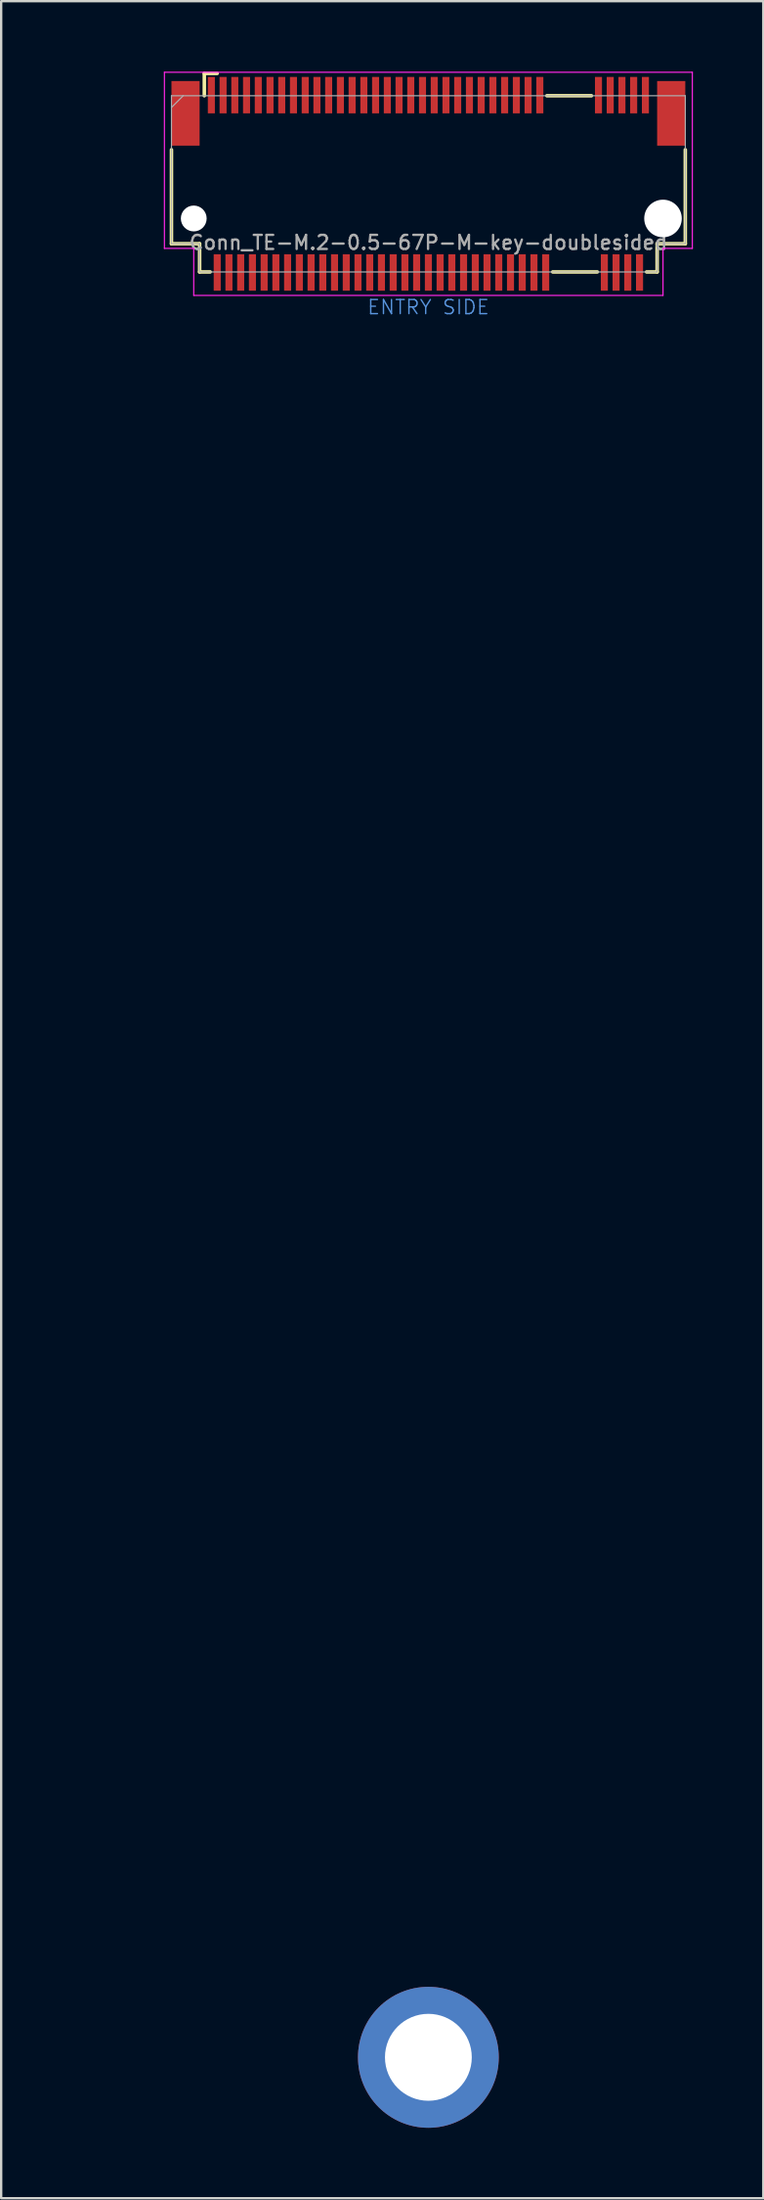
<source format=kicad_pcb>
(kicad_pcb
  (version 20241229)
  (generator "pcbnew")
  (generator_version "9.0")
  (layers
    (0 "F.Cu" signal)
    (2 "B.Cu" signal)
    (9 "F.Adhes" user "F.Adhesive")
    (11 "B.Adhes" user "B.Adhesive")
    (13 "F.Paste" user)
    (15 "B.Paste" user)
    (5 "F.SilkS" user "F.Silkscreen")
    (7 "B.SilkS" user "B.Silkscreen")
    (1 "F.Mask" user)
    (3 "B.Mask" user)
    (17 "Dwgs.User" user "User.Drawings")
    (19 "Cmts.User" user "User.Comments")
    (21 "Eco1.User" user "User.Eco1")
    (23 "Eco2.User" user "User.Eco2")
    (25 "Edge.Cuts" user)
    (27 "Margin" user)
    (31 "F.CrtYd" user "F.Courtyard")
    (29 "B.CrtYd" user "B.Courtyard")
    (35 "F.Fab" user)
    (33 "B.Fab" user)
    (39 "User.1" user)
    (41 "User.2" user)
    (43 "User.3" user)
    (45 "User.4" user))
  (footprint "Conn_TE-M.2-0.5-67P-M-key-doublesided"
    (layer "F.Cu")
    (at 15.208 6.275)
    (property "Reference" "Conn_TE-M.2-0.5-67P-M-key-doublesided" (at 0 1 0) (layer "F.Fab") (effects (font (size 0.6 0.6) (thickness 0.1))))
    (attr through_hole)
    (fp_line (start -10.95 1.05) (end -10.95 -2.95) (stroke (width 0.15) (type solid)) (layer "F.SilkS"))
    (fp_line (start -9.75 1.05) (end -10.95 1.05) (stroke (width 0.15) (type solid)) (layer "F.SilkS"))
    (fp_line (start -9.75 2.25) (end -9.75 1.05) (stroke (width 0.15) (type solid)) (layer "F.SilkS"))
    (fp_line (start -9.55 -6.2) (end -9 -6.2) (stroke (width 0.15) (type solid)) (layer "F.SilkS"))
    (fp_line (start -9.55 -5.25) (end -9.55 -6.2) (stroke (width 0.15) (type solid)) (layer "F.SilkS"))
    (fp_line (start -9.3 2.25) (end -9.75 2.25) (stroke (width 0.15) (type solid)) (layer "F.SilkS"))
    (fp_line (start 5.05 -5.25) (end 6.95 -5.25) (stroke (width 0.15) (type solid)) (layer "F.SilkS"))
    (fp_line (start 5.3 2.25) (end 7.2 2.25) (stroke (width 0.15) (type solid)) (layer "F.SilkS"))
    (fp_line (start 9.75 1.05) (end 9.75 2.25) (stroke (width 0.15) (type solid)) (layer "F.SilkS"))
    (fp_line (start 9.75 2.25) (end 9.3 2.25) (stroke (width 0.15) (type solid)) (layer "F.SilkS"))
    (fp_line (start 10.95 1.05) (end 9.75 1.05) (stroke (width 0.15) (type solid)) (layer "F.SilkS"))
    (fp_line (start 10.95 1.05) (end 10.95 -2.95) (stroke (width 0.15) (type solid)) (layer "F.SilkS"))
    (fp_line (start -11.25 -6.25) (end 11.25 -6.25) (stroke (width 0.05) (type solid)) (layer "F.CrtYd"))
    (fp_line (start -11.25 1.25) (end -11.25 -6.25) (stroke (width 0.05) (type solid)) (layer "F.CrtYd"))
    (fp_line (start -10 1.25) (end -11.25 1.25) (stroke (width 0.05) (type solid)) (layer "F.CrtYd"))
    (fp_line (start -10 3.25) (end -10 1.25) (stroke (width 0.05) (type solid)) (layer "F.CrtYd"))
    (fp_line (start 10 1.25) (end 10 3.25) (stroke (width 0.05) (type solid)) (layer "F.CrtYd"))
    (fp_line (start 10 3.25) (end -10 3.25) (stroke (width 0.05) (type solid)) (layer "F.CrtYd"))
    (fp_line (start 11.25 -6.25) (end 11.25 1.25) (stroke (width 0.05) (type solid)) (layer "F.CrtYd"))
    (fp_line (start 11.25 1.25) (end 10 1.25) (stroke (width 0.05) (type solid)) (layer "F.CrtYd"))
    (fp_line (start -10.95 -5.25) (end -10.95 1.05) (stroke (width 0.05) (type solid)) (layer "F.Fab"))
    (fp_line (start -10.95 -5.25) (end 10.95 -5.25) (stroke (width 0.05) (type solid)) (layer "F.Fab"))
    (fp_line (start -10.95 -4.75) (end -10.45 -5.25) (stroke (width 0.05) (type solid)) (layer "F.Fab"))
    (fp_line (start -10.95 1.05) (end -9.75 1.05) (stroke (width 0.05) (type solid)) (layer "F.Fab"))
    (fp_line (start -9.75 1.05) (end -9.75 2.25) (stroke (width 0.05) (type solid)) (layer "F.Fab"))
    (fp_line (start -9.75 2.25) (end 9.75 2.25) (stroke (width 0.05) (type solid)) (layer "F.Fab"))
    (fp_line (start 9.75 1.05) (end 9.75 2.25) (stroke (width 0.05) (type solid)) (layer "F.Fab"))
    (fp_line (start 10.95 1.05) (end 9.75 1.05) (stroke (width 0.05) (type solid)) (layer "F.Fab"))
    (fp_line (start 10.95 1.05) (end 10.95 -5.25) (stroke (width 0.05) (type solid)) (layer "F.Fab"))
    (fp_text user "ENTRY SIDE" (at 0 3.75 0) (layer "Cmts.User") (effects (font (size 0.6 0.6) (thickness 0.06))))
    (fp_text user "${REFERENCE}" (at -10.1 -4.8 0) (layer "Eco1.User") (effects (font (size 0.3 0.3) (thickness 0.03))))
    (pad "" smd rect (at -10.35 -4.5) (size 1.2 2.75) (layers "F.Cu" "F.Mask" "F.Paste"))
    (pad "" np_thru_hole circle (at -10 -0.025) (size 1.1 1.1) (drill 1.1) (layers "*.Cu"))
    (pad "" smd circle (at -2.4 78.2) (size 1 1) (layers "F.Mask" "F.Paste"))
    (pad "" smd circle (at -1.7 76.5) (size 1 1) (layers "F.Mask" "F.Paste"))
    (pad "" smd circle (at -1.7 80) (size 1 1) (layers "F.Mask" "F.Paste"))
    (pad "" smd circle (at 0 75.8) (size 1 1) (layers "F.Mask" "F.Paste"))
    (pad "" thru_hole circle (at 0 78.25) (size 6 6) (drill 3.7) (layers "*.Cu" "*.Mask"))
    (pad "" smd circle (at 0 80.7) (size 1 1) (layers "F.Mask" "F.Paste"))
    (pad "" smd circle (at 1.7 76.5) (size 1 1) (layers "F.Mask" "F.Paste"))
    (pad "" smd circle (at 1.7 80) (size 1 1) (layers "F.Mask" "F.Paste"))
    (pad "" smd circle (at 2.4 78.3) (size 1 1) (layers "F.Mask" "F.Paste"))
    (pad "" np_thru_hole circle (at 10 -0.025) (size 1.6 1.6) (drill 1.6) (layers "*.Cu"))
    (pad "" smd rect (at 10.35 -4.5) (size 1.2 2.75) (layers "F.Cu" "F.Mask" "F.Paste"))
    (pad "1" smd rect (at -9.25 -5.275) (size 0.3 1.55) (layers "F.Cu" "F.Mask" "F.Paste"))
    (pad "2" smd rect (at -9 2.275) (size 0.3 1.55) (layers "F.Cu" "F.Mask" "F.Paste"))
    (pad "3" smd rect (at -8.75 -5.275) (size 0.3 1.55) (layers "F.Cu" "F.Mask" "F.Paste"))
    (pad "4" smd rect (at -8.5 2.275) (size 0.3 1.55) (layers "F.Cu" "F.Mask" "F.Paste"))
    (pad "5" smd rect (at -8.25 -5.275) (size 0.3 1.55) (layers "F.Cu" "F.Mask" "F.Paste"))
    (pad "6" smd rect (at -8 2.275) (size 0.3 1.55) (layers "F.Cu" "F.Mask" "F.Paste"))
    (pad "7" smd rect (at -7.75 -5.275) (size 0.3 1.55) (layers "F.Cu" "F.Mask" "F.Paste"))
    (pad "8" smd rect (at -7.5 2.275) (size 0.3 1.55) (layers "F.Cu" "F.Mask" "F.Paste"))
    (pad "9" smd rect (at -7.25 -5.275) (size 0.3 1.55) (layers "F.Cu" "F.Mask" "F.Paste"))
    (pad "10" smd rect (at -7 2.275) (size 0.3 1.55) (layers "F.Cu" "F.Mask" "F.Paste"))
    (pad "11" smd rect (at -6.75 -5.275) (size 0.3 1.55) (layers "F.Cu" "F.Mask" "F.Paste"))
    (pad "12" smd rect (at -6.5 2.275) (size 0.3 1.55) (layers "F.Cu" "F.Mask" "F.Paste"))
    (pad "13" smd rect (at -6.25 -5.275) (size 0.3 1.55) (layers "F.Cu" "F.Mask" "F.Paste"))
    (pad "14" smd rect (at -6 2.275) (size 0.3 1.55) (layers "F.Cu" "F.Mask" "F.Paste"))
    (pad "15" smd rect (at -5.75 -5.275) (size 0.3 1.55) (layers "F.Cu" "F.Mask" "F.Paste"))
    (pad "16" smd rect (at -5.5 2.275) (size 0.3 1.55) (layers "F.Cu" "F.Mask" "F.Paste"))
    (pad "17" smd rect (at -5.25 -5.275) (size 0.3 1.55) (layers "F.Cu" "F.Mask" "F.Paste"))
    (pad "18" smd rect (at -5 2.275) (size 0.3 1.55) (layers "F.Cu" "F.Mask" "F.Paste"))
    (pad "19" smd rect (at -4.75 -5.275) (size 0.3 1.55) (layers "F.Cu" "F.Mask" "F.Paste"))
    (pad "20" smd rect (at -4.5 2.275) (size 0.3 1.55) (layers "F.Cu" "F.Mask" "F.Paste"))
    (pad "21" smd rect (at -4.25 -5.275) (size 0.3 1.55) (layers "F.Cu" "F.Mask" "F.Paste"))
    (pad "22" smd rect (at -4 2.275) (size 0.3 1.55) (layers "F.Cu" "F.Mask" "F.Paste"))
    (pad "23" smd rect (at -3.75 -5.275) (size 0.3 1.55) (layers "F.Cu" "F.Mask" "F.Paste"))
    (pad "24" smd rect (at -3.5 2.275) (size 0.3 1.55) (layers "F.Cu" "F.Mask" "F.Paste"))
    (pad "25" smd rect (at -3.25 -5.275) (size 0.3 1.55) (layers "F.Cu" "F.Mask" "F.Paste"))
    (pad "26" smd rect (at -3 2.275) (size 0.3 1.55) (layers "F.Cu" "F.Mask" "F.Paste"))
    (pad "27" smd rect (at -2.75 -5.275) (size 0.3 1.55) (layers "F.Cu" "F.Mask" "F.Paste"))
    (pad "28" smd rect (at -2.5 2.275) (size 0.3 1.55) (layers "F.Cu" "F.Mask" "F.Paste"))
    (pad "29" smd rect (at -2.25 -5.275) (size 0.3 1.55) (layers "F.Cu" "F.Mask" "F.Paste"))
    (pad "30" smd rect (at -2 2.275) (size 0.3 1.55) (layers "F.Cu" "F.Mask" "F.Paste"))
    (pad "31" smd rect (at -1.75 -5.275) (size 0.3 1.55) (layers "F.Cu" "F.Mask" "F.Paste"))
    (pad "32" smd rect (at -1.5 2.275) (size 0.3 1.55) (layers "F.Cu" "F.Mask" "F.Paste"))
    (pad "33" smd rect (at -1.25 -5.275) (size 0.3 1.55) (layers "F.Cu" "F.Mask" "F.Paste"))
    (pad "34" smd rect (at -1 2.275) (size 0.3 1.55) (layers "F.Cu" "F.Mask" "F.Paste"))
    (pad "35" smd rect (at -0.75 -5.275) (size 0.3 1.55) (layers "F.Cu" "F.Mask" "F.Paste"))
    (pad "36" smd rect (at -0.5 2.275) (size 0.3 1.55) (layers "F.Cu" "F.Mask" "F.Paste"))
    (pad "37" smd rect (at -0.25 -5.275) (size 0.3 1.55) (layers "F.Cu" "F.Mask" "F.Paste"))
    (pad "38" smd rect (at 0 2.275) (size 0.3 1.55) (layers "F.Cu" "F.Mask" "F.Paste"))
    (pad "39" smd rect (at 0.25 -5.275) (size 0.3 1.55) (layers "F.Cu" "F.Mask" "F.Paste"))
    (pad "40" smd rect (at 0.5 2.275) (size 0.3 1.55) (layers "F.Cu" "F.Mask" "F.Paste"))
    (pad "41" smd rect (at 0.75 -5.275) (size 0.3 1.55) (layers "F.Cu" "F.Mask" "F.Paste"))
    (pad "42" smd rect (at 1 2.275) (size 0.3 1.55) (layers "F.Cu" "F.Mask" "F.Paste"))
    (pad "43" smd rect (at 1.25 -5.275) (size 0.3 1.55) (layers "F.Cu" "F.Mask" "F.Paste"))
    (pad "44" smd rect (at 1.5 2.275) (size 0.3 1.55) (layers "F.Cu" "F.Mask" "F.Paste"))
    (pad "45" smd rect (at 1.75 -5.275) (size 0.3 1.55) (layers "F.Cu" "F.Mask" "F.Paste"))
    (pad "46" smd rect (at 2 2.275) (size 0.3 1.55) (layers "F.Cu" "F.Mask" "F.Paste"))
    (pad "47" smd rect (at 2.25 -5.275) (size 0.3 1.55) (layers "F.Cu" "F.Mask" "F.Paste"))
    (pad "48" smd rect (at 2.5 2.275) (size 0.3 1.55) (layers "F.Cu" "F.Mask" "F.Paste"))
    (pad "49" smd rect (at 2.75 -5.275) (size 0.3 1.55) (layers "F.Cu" "F.Mask" "F.Paste"))
    (pad "50" smd rect (at 3 2.275) (size 0.3 1.55) (layers "F.Cu" "F.Mask" "F.Paste"))
    (pad "51" smd rect (at 3.25 -5.275) (size 0.3 1.55) (layers "F.Cu" "F.Mask" "F.Paste"))
    (pad "52" smd rect (at 3.5 2.275) (size 0.3 1.55) (layers "F.Cu" "F.Mask" "F.Paste"))
    (pad "53" smd rect (at 3.75 -5.275) (size 0.3 1.55) (layers "F.Cu" "F.Mask" "F.Paste"))
    (pad "54" smd rect (at 4 2.275) (size 0.3 1.55) (layers "F.Cu" "F.Mask" "F.Paste"))
    (pad "55" smd rect (at 4.25 -5.275) (size 0.3 1.55) (layers "F.Cu" "F.Mask" "F.Paste"))
    (pad "56" smd rect (at 4.5 2.275) (size 0.3 1.55) (layers "F.Cu" "F.Mask" "F.Paste"))
    (pad "57" smd rect (at 4.75 -5.275) (size 0.3 1.55) (layers "F.Cu" "F.Mask" "F.Paste"))
    (pad "58" smd rect (at 5 2.275) (size 0.3 1.55) (layers "F.Cu" "F.Mask" "F.Paste"))
    (pad "67" smd rect (at 7.25 -5.275) (size 0.3 1.55) (layers "F.Cu" "F.Mask" "F.Paste"))
    (pad "68" smd rect (at 7.5 2.275) (size 0.3 1.55) (layers "F.Cu" "F.Mask" "F.Paste"))
    (pad "69" smd rect (at 7.75 -5.275) (size 0.3 1.55) (layers "F.Cu" "F.Mask" "F.Paste"))
    (pad "70" smd rect (at 8 2.275) (size 0.3 1.55) (layers "F.Cu" "F.Mask" "F.Paste"))
    (pad "71" smd rect (at 8.25 -5.275) (size 0.3 1.55) (layers "F.Cu" "F.Mask" "F.Paste"))
    (pad "72" smd rect (at 8.5 2.275) (size 0.3 1.55) (layers "F.Cu" "F.Mask" "F.Paste"))
    (pad "73" smd rect (at 8.75 -5.275) (size 0.3 1.55) (layers "F.Cu" "F.Mask" "F.Paste"))
    (pad "74" smd rect (at 9 2.275) (size 0.3 1.55) (layers "F.Cu" "F.Mask" "F.Paste"))
    (pad "75" smd rect (at 9.25 -5.275) (size 0.3 1.55) (layers "F.Cu" "F.Mask" "F.Paste")))
  (gr_rect
    (start -3 -3)
    (end 29.483 90.525)
    (stroke (width 0.1) (type default))
    (fill no)
    (layer "Edge.Cuts")))
</source>
